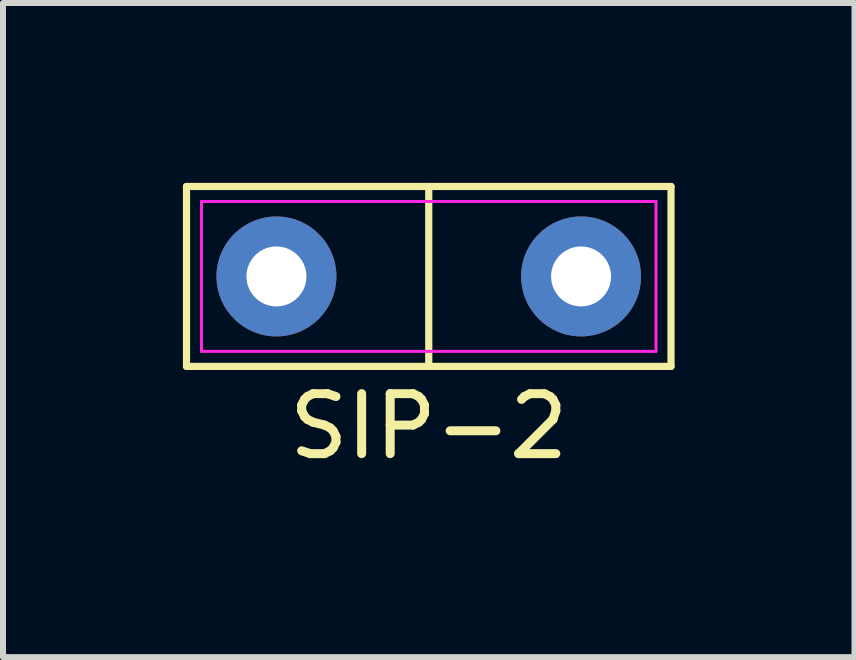
<source format=kicad_pcb>
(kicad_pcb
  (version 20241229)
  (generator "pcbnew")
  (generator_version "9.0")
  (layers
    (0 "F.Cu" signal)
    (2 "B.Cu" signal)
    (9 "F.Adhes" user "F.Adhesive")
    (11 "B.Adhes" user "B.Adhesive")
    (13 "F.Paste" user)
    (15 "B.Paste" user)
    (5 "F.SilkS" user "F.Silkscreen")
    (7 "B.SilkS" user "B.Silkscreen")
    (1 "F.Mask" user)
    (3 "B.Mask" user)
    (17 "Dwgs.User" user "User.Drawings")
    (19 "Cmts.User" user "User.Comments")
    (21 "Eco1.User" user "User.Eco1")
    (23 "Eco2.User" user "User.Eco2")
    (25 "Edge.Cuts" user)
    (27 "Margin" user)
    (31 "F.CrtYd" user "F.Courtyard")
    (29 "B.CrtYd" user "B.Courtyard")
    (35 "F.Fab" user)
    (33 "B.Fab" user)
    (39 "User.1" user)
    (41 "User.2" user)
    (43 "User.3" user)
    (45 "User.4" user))
  (footprint "SIP-2"
    (layer "F.Cu")
    (at 4.1 1.56)
    (property "Reference" "SIP-2" (at 0 2.5 0) (layer "F.SilkS") (effects (font (size 1 1) (thickness 0.15))))
    (fp_line (start -4.04 -1.5) (end 4.04 -1.5) (stroke (width 0.12) (type solid)) (layer "F.SilkS"))
    (fp_line (start -4.04 1.5) (end -4.04 -1.5) (stroke (width 0.12) (type solid)) (layer "F.SilkS"))
    (fp_line (start 0 -1.5) (end 0 1.5) (stroke (width 0.12) (type solid)) (layer "F.SilkS"))
    (fp_line (start 4.04 -1.5) (end 4.04 1.5) (stroke (width 0.12) (type solid)) (layer "F.SilkS"))
    (fp_line (start 4.04 1.5) (end -4.04 1.5) (stroke (width 0.12) (type solid)) (layer "F.SilkS"))
    (fp_line (start -3.79 -1.25) (end 3.79 -1.25) (stroke (width 0.05) (type solid)) (layer "F.CrtYd"))
    (fp_line (start -3.79 1.25) (end -3.79 -1.25) (stroke (width 0.05) (type solid)) (layer "F.CrtYd"))
    (fp_line (start 3.79 -1.25) (end 3.79 1.25) (stroke (width 0.05) (type solid)) (layer "F.CrtYd"))
    (fp_line (start 3.79 1.25) (end -3.79 1.25) (stroke (width 0.05) (type solid)) (layer "F.CrtYd"))
    (pad "1" thru_hole circle (at -2.54 0) (size 2 2) (drill 1) (layers "*.Cu" "*.Mask"))
    (pad "2" thru_hole circle (at 2.54 0) (size 2 2) (drill 1) (layers "*.Cu" "*.Mask")))
  (gr_rect
    (start -3 -3)
    (end 11.2 7.908)
    (stroke (width 0.1) (type default))
    (fill no)
    (layer "Edge.Cuts")))
</source>
